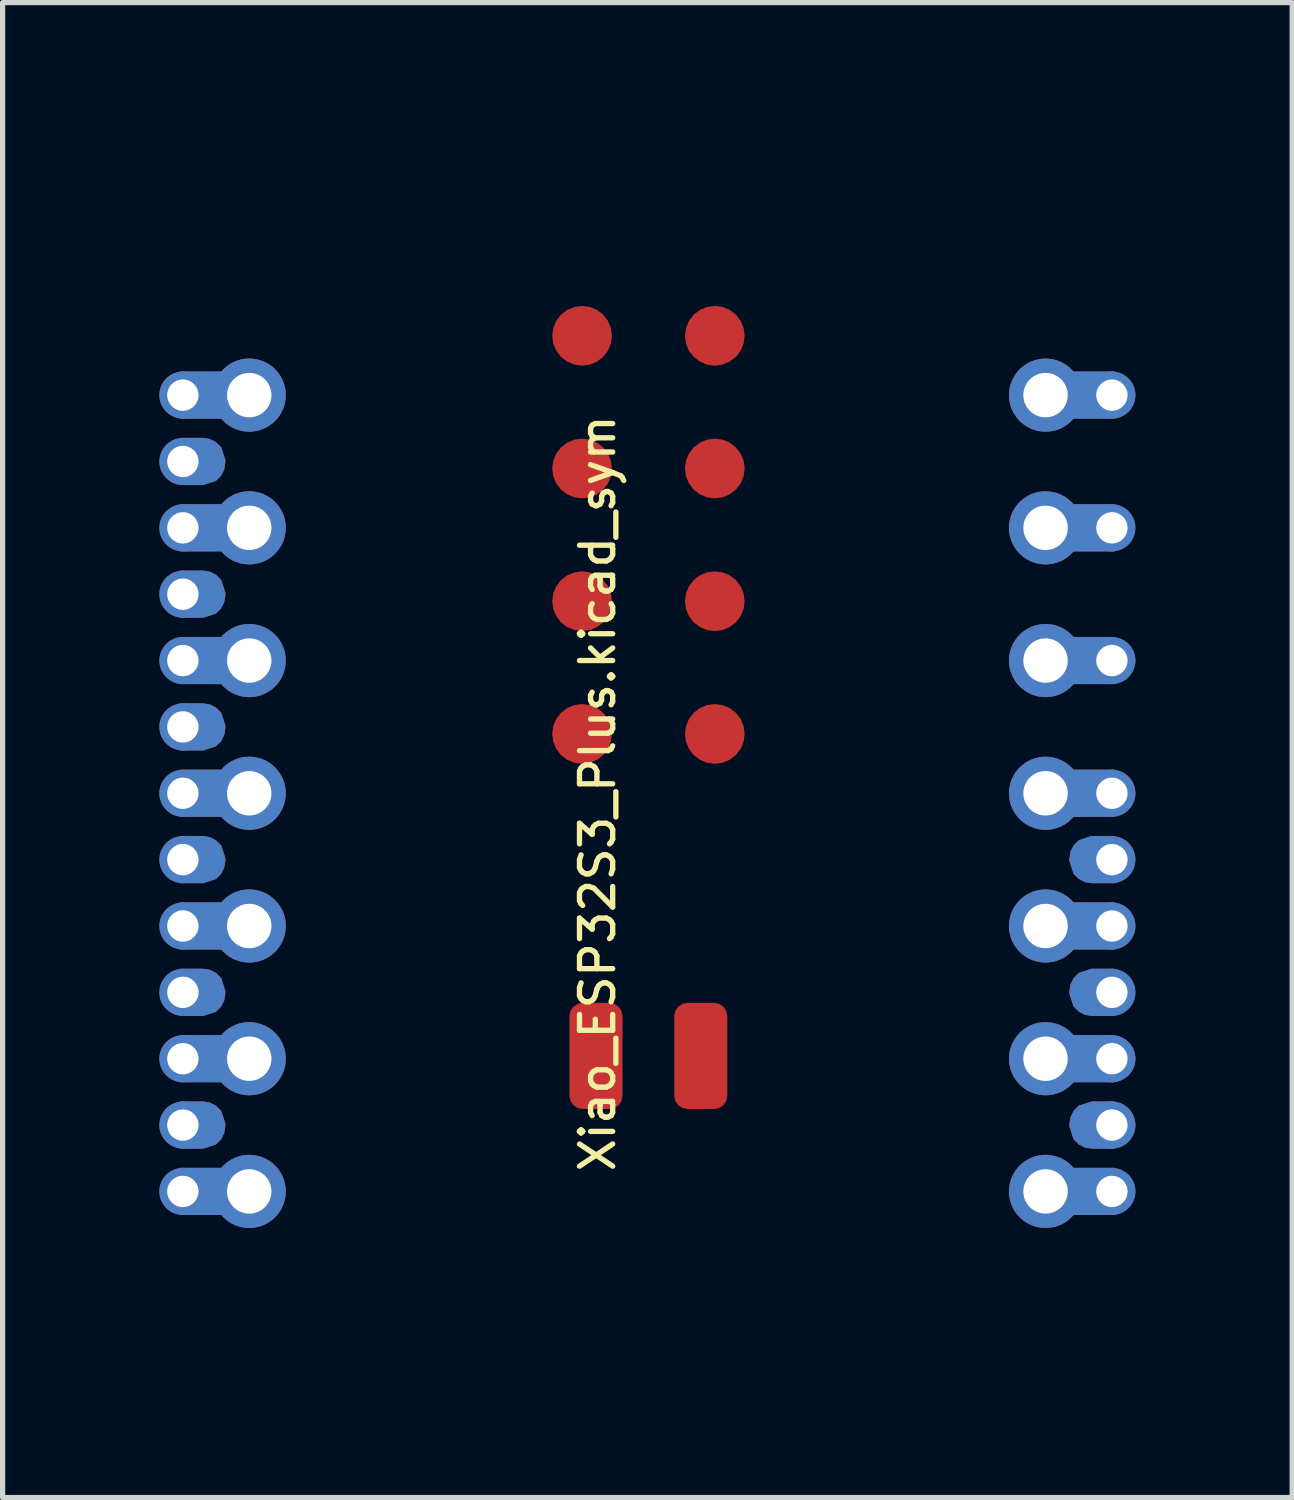
<source format=kicad_pcb>
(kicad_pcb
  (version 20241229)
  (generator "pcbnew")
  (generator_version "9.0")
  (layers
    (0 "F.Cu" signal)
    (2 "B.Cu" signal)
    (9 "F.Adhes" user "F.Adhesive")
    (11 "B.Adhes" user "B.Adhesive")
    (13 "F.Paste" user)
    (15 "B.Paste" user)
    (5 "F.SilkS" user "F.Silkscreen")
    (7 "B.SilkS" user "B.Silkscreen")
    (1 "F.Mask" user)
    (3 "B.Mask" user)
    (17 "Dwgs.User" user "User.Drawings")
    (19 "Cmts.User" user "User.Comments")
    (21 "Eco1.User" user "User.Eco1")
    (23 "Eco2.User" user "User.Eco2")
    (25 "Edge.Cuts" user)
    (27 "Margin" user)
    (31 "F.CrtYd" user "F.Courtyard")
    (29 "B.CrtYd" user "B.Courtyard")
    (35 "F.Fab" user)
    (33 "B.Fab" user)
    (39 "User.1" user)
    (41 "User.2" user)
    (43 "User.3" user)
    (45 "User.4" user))
  (footprint "Xiao_ESP32S3_Plus.kicad_sym"
    (layer "F.Cu")
    (at 9.34 11.618)
    (property "Reference" "Xiao_ESP32S3_Plus.kicad_sym" (at -0.953 0.514 90) (unlocked yes) (layer "F.SilkS") (effects (font (size 0.635 0.635) (thickness 0.102))))
    (attr smd)
    (fp_rect (start -8.941 -7.558) (end -8.077 -6.655) (stroke (width 0) (type default)) (fill yes) (layer "F.Cu"))
    (fp_rect (start -8.941 -5.018) (end -8.077 -4.115) (stroke (width 0) (type default)) (fill yes) (layer "F.Cu"))
    (fp_rect (start -8.941 -2.478) (end -8.077 -1.575) (stroke (width 0) (type default)) (fill yes) (layer "F.Cu"))
    (fp_rect (start -8.941 0.062) (end -8.077 0.965) (stroke (width 0) (type default)) (fill yes) (layer "F.Cu"))
    (fp_rect (start -8.941 2.602) (end -8.077 3.505) (stroke (width 0) (type default)) (fill yes) (layer "F.Cu"))
    (fp_rect (start -8.941 5.142) (end -8.077 6.045) (stroke (width 0) (type default)) (fill yes) (layer "F.Cu"))
    (fp_rect (start -8.941 7.682) (end -8.077 8.585) (stroke (width 0) (type default)) (fill yes) (layer "F.Cu"))
    (fp_rect (start 8.077 -7.558) (end 8.941 -6.655) (stroke (width 0) (type default)) (fill yes) (layer "F.Cu"))
    (fp_rect (start 8.077 -5.018) (end 8.941 -4.115) (stroke (width 0) (type default)) (fill yes) (layer "F.Cu"))
    (fp_rect (start 8.077 -2.478) (end 8.941 -1.575) (stroke (width 0) (type default)) (fill yes) (layer "F.Cu"))
    (fp_rect (start 8.077 0.062) (end 8.941 0.965) (stroke (width 0) (type default)) (fill yes) (layer "F.Cu"))
    (fp_rect (start 8.077 2.602) (end 8.941 3.505) (stroke (width 0) (type default)) (fill yes) (layer "F.Cu"))
    (fp_rect (start 8.077 5.142) (end 8.941 6.045) (stroke (width 0) (type default)) (fill yes) (layer "F.Cu"))
    (fp_rect (start 8.077 7.682) (end 8.941 8.585) (stroke (width 0) (type default)) (fill yes) (layer "F.Cu"))
    (fp_poly (pts (xy -8.375 -6.268) (xy -8.255 -6.206) (xy -8.156 -6.108) (xy -8.077 -5.864) (xy -8.077 -5.812) (xy -8.098 -5.683) (xy -8.159 -5.562) (xy -8.258 -5.464) (xy -8.501 -5.385) (xy -8.941 -5.385) (xy -8.941 -6.288) (xy -8.505 -6.288)) (stroke (width 0) (type default)) (fill yes) (layer "F.Cu"))
    (fp_poly (pts (xy -8.375 -3.728) (xy -8.255 -3.666) (xy -8.156 -3.568) (xy -8.077 -3.324) (xy -8.077 -3.272) (xy -8.098 -3.143) (xy -8.159 -3.022) (xy -8.258 -2.924) (xy -8.501 -2.845) (xy -8.941 -2.845) (xy -8.941 -3.748) (xy -8.505 -3.748)) (stroke (width 0) (type default)) (fill yes) (layer "F.Cu"))
    (fp_poly (pts (xy -8.375 -1.188) (xy -8.255 -1.126) (xy -8.156 -1.028) (xy -8.077 -0.784) (xy -8.077 -0.732) (xy -8.098 -0.603) (xy -8.159 -0.482) (xy -8.258 -0.384) (xy -8.501 -0.305) (xy -8.941 -0.305) (xy -8.941 -1.208) (xy -8.505 -1.208)) (stroke (width 0) (type default)) (fill yes) (layer "F.Cu"))
    (fp_poly (pts (xy -8.375 1.352) (xy -8.255 1.414) (xy -8.156 1.512) (xy -8.077 1.756) (xy -8.077 1.808) (xy -8.098 1.937) (xy -8.159 2.058) (xy -8.258 2.156) (xy -8.501 2.235) (xy -8.941 2.235) (xy -8.941 1.332) (xy -8.505 1.332)) (stroke (width 0) (type default)) (fill yes) (layer "F.Cu"))
    (fp_poly (pts (xy -8.375 3.892) (xy -8.255 3.954) (xy -8.156 4.052) (xy -8.077 4.296) (xy -8.077 4.348) (xy -8.098 4.477) (xy -8.159 4.598) (xy -8.258 4.696) (xy -8.501 4.775) (xy -8.941 4.775) (xy -8.941 3.872) (xy -8.505 3.872)) (stroke (width 0) (type default)) (fill yes) (layer "F.Cu"))
    (fp_poly (pts (xy -8.375 6.432) (xy -8.255 6.494) (xy -8.156 6.592) (xy -8.077 6.836) (xy -8.077 6.888) (xy -8.098 7.017) (xy -8.159 7.138) (xy -8.258 7.236) (xy -8.501 7.315) (xy -8.941 7.315) (xy -8.941 6.412) (xy -8.505 6.412)) (stroke (width 0) (type default)) (fill yes) (layer "F.Cu"))
    (fp_poly (pts (xy 8.375 2.215) (xy 8.255 2.153) (xy 8.156 2.055) (xy 8.077 1.812) (xy 8.077 1.76) (xy 8.098 1.63) (xy 8.159 1.509) (xy 8.258 1.411) (xy 8.501 1.332) (xy 8.941 1.332) (xy 8.941 2.235) (xy 8.505 2.235)) (stroke (width 0) (type default)) (fill yes) (layer "F.Cu"))
    (fp_poly (pts (xy 8.375 4.755) (xy 8.255 4.693) (xy 8.156 4.595) (xy 8.077 4.352) (xy 8.077 4.3) (xy 8.098 4.17) (xy 8.159 4.049) (xy 8.258 3.951) (xy 8.501 3.872) (xy 8.941 3.872) (xy 8.941 4.775) (xy 8.505 4.775)) (stroke (width 0) (type default)) (fill yes) (layer "F.Cu"))
    (fp_poly (pts (xy 8.375 7.295) (xy 8.255 7.233) (xy 8.156 7.135) (xy 8.077 6.892) (xy 8.077 6.84) (xy 8.098 6.71) (xy 8.159 6.589) (xy 8.258 6.491) (xy 8.501 6.412) (xy 8.941 6.412) (xy 8.941 7.315) (xy 8.505 7.315)) (stroke (width 0) (type default)) (fill yes) (layer "F.Cu"))
    (fp_rect (start -8.941 -7.558) (end -8.077 -6.655) (stroke (width 0) (type default)) (fill yes) (layer "F.Mask"))
    (fp_rect (start -8.941 -5.018) (end -8.077 -4.115) (stroke (width 0) (type default)) (fill yes) (layer "F.Mask"))
    (fp_rect (start -8.941 -2.478) (end -8.077 -1.575) (stroke (width 0) (type default)) (fill yes) (layer "F.Mask"))
    (fp_rect (start -8.941 0.062) (end -8.077 0.965) (stroke (width 0) (type default)) (fill yes) (layer "F.Mask"))
    (fp_rect (start -8.941 2.602) (end -8.077 3.505) (stroke (width 0) (type default)) (fill yes) (layer "F.Mask"))
    (fp_rect (start -8.941 5.142) (end -8.077 6.045) (stroke (width 0) (type default)) (fill yes) (layer "F.Mask"))
    (fp_rect (start -8.941 7.682) (end -8.077 8.585) (stroke (width 0) (type default)) (fill yes) (layer "F.Mask"))
    (fp_rect (start 8.077 -7.558) (end 8.941 -6.655) (stroke (width 0) (type default)) (fill yes) (layer "F.Mask"))
    (fp_rect (start 8.077 -5.018) (end 8.941 -4.115) (stroke (width 0) (type default)) (fill yes) (layer "F.Mask"))
    (fp_rect (start 8.077 -2.478) (end 8.941 -1.575) (stroke (width 0) (type default)) (fill yes) (layer "F.Mask"))
    (fp_rect (start 8.077 0.062) (end 8.941 0.965) (stroke (width 0) (type default)) (fill yes) (layer "F.Mask"))
    (fp_rect (start 8.077 2.602) (end 8.941 3.505) (stroke (width 0) (type default)) (fill yes) (layer "F.Mask"))
    (fp_rect (start 8.077 5.142) (end 8.941 6.045) (stroke (width 0) (type default)) (fill yes) (layer "F.Mask"))
    (fp_rect (start 8.077 7.682) (end 8.941 8.585) (stroke (width 0) (type default)) (fill yes) (layer "F.Mask"))
    (fp_poly (pts (xy -8.375 -6.268) (xy -8.255 -6.206) (xy -8.156 -6.108) (xy -8.077 -5.864) (xy -8.077 -5.812) (xy -8.098 -5.683) (xy -8.159 -5.562) (xy -8.258 -5.464) (xy -8.501 -5.385) (xy -8.941 -5.385) (xy -8.941 -6.288) (xy -8.505 -6.288)) (stroke (width 0) (type default)) (fill yes) (layer "F.Mask"))
    (fp_poly (pts (xy -8.375 -3.728) (xy -8.255 -3.666) (xy -8.156 -3.568) (xy -8.077 -3.324) (xy -8.077 -3.272) (xy -8.098 -3.143) (xy -8.159 -3.022) (xy -8.258 -2.924) (xy -8.501 -2.845) (xy -8.941 -2.845) (xy -8.941 -3.748) (xy -8.505 -3.748)) (stroke (width 0) (type default)) (fill yes) (layer "F.Mask"))
    (fp_poly (pts (xy -8.375 -1.188) (xy -8.255 -1.126) (xy -8.156 -1.028) (xy -8.077 -0.784) (xy -8.077 -0.732) (xy -8.098 -0.603) (xy -8.159 -0.482) (xy -8.258 -0.384) (xy -8.501 -0.305) (xy -8.941 -0.305) (xy -8.941 -1.208) (xy -8.505 -1.208)) (stroke (width 0) (type default)) (fill yes) (layer "F.Mask"))
    (fp_poly (pts (xy -8.375 1.352) (xy -8.255 1.414) (xy -8.156 1.512) (xy -8.077 1.756) (xy -8.077 1.808) (xy -8.098 1.937) (xy -8.159 2.058) (xy -8.258 2.156) (xy -8.501 2.235) (xy -8.941 2.235) (xy -8.941 1.332) (xy -8.505 1.332)) (stroke (width 0) (type default)) (fill yes) (layer "F.Mask"))
    (fp_poly (pts (xy -8.375 3.892) (xy -8.255 3.954) (xy -8.156 4.052) (xy -8.077 4.296) (xy -8.077 4.348) (xy -8.098 4.477) (xy -8.159 4.598) (xy -8.258 4.696) (xy -8.501 4.775) (xy -8.941 4.775) (xy -8.941 3.872) (xy -8.505 3.872)) (stroke (width 0) (type default)) (fill yes) (layer "F.Mask"))
    (fp_poly (pts (xy -8.375 6.432) (xy -8.255 6.494) (xy -8.156 6.592) (xy -8.077 6.836) (xy -8.077 6.888) (xy -8.098 7.017) (xy -8.159 7.138) (xy -8.258 7.236) (xy -8.501 7.315) (xy -8.941 7.315) (xy -8.941 6.412) (xy -8.505 6.412)) (stroke (width 0) (type default)) (fill yes) (layer "F.Mask"))
    (fp_poly (pts (xy 8.375 2.215) (xy 8.255 2.153) (xy 8.156 2.055) (xy 8.077 1.812) (xy 8.077 1.76) (xy 8.098 1.63) (xy 8.159 1.509) (xy 8.258 1.411) (xy 8.501 1.332) (xy 8.941 1.332) (xy 8.941 2.235) (xy 8.505 2.235)) (stroke (width 0) (type default)) (fill yes) (layer "F.Mask"))
    (fp_poly (pts (xy 8.375 4.755) (xy 8.255 4.693) (xy 8.156 4.595) (xy 8.077 4.352) (xy 8.077 4.3) (xy 8.098 4.17) (xy 8.159 4.049) (xy 8.258 3.951) (xy 8.501 3.872) (xy 8.941 3.872) (xy 8.941 4.775) (xy 8.505 4.775)) (stroke (width 0) (type default)) (fill yes) (layer "F.Mask"))
    (fp_poly (pts (xy 8.375 7.295) (xy 8.255 7.233) (xy 8.156 7.135) (xy 8.077 6.892) (xy 8.077 6.84) (xy 8.098 6.71) (xy 8.159 6.589) (xy 8.258 6.491) (xy 8.501 6.412) (xy 8.941 6.412) (xy 8.941 7.315) (xy 8.505 7.315)) (stroke (width 0) (type default)) (fill yes) (layer "F.Mask"))
    (fp_rect (start -8.941 -7.558) (end -8.077 -6.655) (stroke (width 0) (type default)) (fill yes) (layer "B.Cu"))
    (fp_rect (start -8.941 -5.018) (end -8.077 -4.115) (stroke (width 0) (type default)) (fill yes) (layer "B.Cu"))
    (fp_rect (start -8.941 -2.478) (end -8.077 -1.575) (stroke (width 0) (type default)) (fill yes) (layer "B.Cu"))
    (fp_rect (start -8.941 0.062) (end -8.077 0.965) (stroke (width 0) (type default)) (fill yes) (layer "B.Cu"))
    (fp_rect (start -8.941 2.602) (end -8.077 3.505) (stroke (width 0) (type default)) (fill yes) (layer "B.Cu"))
    (fp_rect (start -8.941 5.142) (end -8.077 6.045) (stroke (width 0) (type default)) (fill yes) (layer "B.Cu"))
    (fp_rect (start -8.941 7.682) (end -8.077 8.585) (stroke (width 0) (type default)) (fill yes) (layer "B.Cu"))
    (fp_rect (start 8.077 -7.558) (end 8.941 -6.655) (stroke (width 0) (type default)) (fill yes) (layer "B.Cu"))
    (fp_rect (start 8.077 -5.018) (end 8.941 -4.115) (stroke (width 0) (type default)) (fill yes) (layer "B.Cu"))
    (fp_rect (start 8.077 -2.478) (end 8.941 -1.575) (stroke (width 0) (type default)) (fill yes) (layer "B.Cu"))
    (fp_rect (start 8.077 0.062) (end 8.941 0.965) (stroke (width 0) (type default)) (fill yes) (layer "B.Cu"))
    (fp_rect (start 8.077 2.602) (end 8.941 3.505) (stroke (width 0) (type default)) (fill yes) (layer "B.Cu"))
    (fp_rect (start 8.077 5.142) (end 8.941 6.045) (stroke (width 0) (type default)) (fill yes) (layer "B.Cu"))
    (fp_rect (start 8.077 7.682) (end 8.941 8.585) (stroke (width 0) (type default)) (fill yes) (layer "B.Cu"))
    (fp_poly (pts (xy -8.375 -6.268) (xy -8.255 -6.206) (xy -8.156 -6.108) (xy -8.077 -5.864) (xy -8.077 -5.812) (xy -8.098 -5.683) (xy -8.159 -5.562) (xy -8.258 -5.464) (xy -8.501 -5.385) (xy -8.941 -5.385) (xy -8.941 -6.288) (xy -8.505 -6.288)) (stroke (width 0) (type default)) (fill yes) (layer "B.Cu"))
    (fp_poly (pts (xy -8.375 -3.728) (xy -8.255 -3.666) (xy -8.156 -3.568) (xy -8.077 -3.324) (xy -8.077 -3.272) (xy -8.098 -3.143) (xy -8.159 -3.022) (xy -8.258 -2.924) (xy -8.501 -2.845) (xy -8.941 -2.845) (xy -8.941 -3.748) (xy -8.505 -3.748)) (stroke (width 0) (type default)) (fill yes) (layer "B.Cu"))
    (fp_poly (pts (xy -8.375 -1.188) (xy -8.255 -1.126) (xy -8.156 -1.028) (xy -8.077 -0.784) (xy -8.077 -0.732) (xy -8.098 -0.603) (xy -8.159 -0.482) (xy -8.258 -0.384) (xy -8.501 -0.305) (xy -8.941 -0.305) (xy -8.941 -1.208) (xy -8.505 -1.208)) (stroke (width 0) (type default)) (fill yes) (layer "B.Cu"))
    (fp_poly (pts (xy -8.375 1.352) (xy -8.255 1.414) (xy -8.156 1.512) (xy -8.077 1.756) (xy -8.077 1.808) (xy -8.098 1.937) (xy -8.159 2.058) (xy -8.258 2.156) (xy -8.501 2.235) (xy -8.941 2.235) (xy -8.941 1.332) (xy -8.505 1.332)) (stroke (width 0) (type default)) (fill yes) (layer "B.Cu"))
    (fp_poly (pts (xy -8.375 3.892) (xy -8.255 3.954) (xy -8.156 4.052) (xy -8.077 4.296) (xy -8.077 4.348) (xy -8.098 4.477) (xy -8.159 4.598) (xy -8.258 4.696) (xy -8.501 4.775) (xy -8.941 4.775) (xy -8.941 3.872) (xy -8.505 3.872)) (stroke (width 0) (type default)) (fill yes) (layer "B.Cu"))
    (fp_poly (pts (xy -8.375 6.432) (xy -8.255 6.494) (xy -8.156 6.592) (xy -8.077 6.836) (xy -8.077 6.888) (xy -8.098 7.017) (xy -8.159 7.138) (xy -8.258 7.236) (xy -8.501 7.315) (xy -8.941 7.315) (xy -8.941 6.412) (xy -8.505 6.412)) (stroke (width 0) (type default)) (fill yes) (layer "B.Cu"))
    (fp_poly (pts (xy 8.375 2.215) (xy 8.255 2.153) (xy 8.156 2.055) (xy 8.077 1.812) (xy 8.077 1.76) (xy 8.098 1.63) (xy 8.159 1.509) (xy 8.258 1.411) (xy 8.501 1.332) (xy 8.941 1.332) (xy 8.941 2.235) (xy 8.505 2.235)) (stroke (width 0) (type default)) (fill yes) (layer "B.Cu"))
    (fp_poly (pts (xy 8.375 4.755) (xy 8.255 4.693) (xy 8.156 4.595) (xy 8.077 4.352) (xy 8.077 4.3) (xy 8.098 4.17) (xy 8.159 4.049) (xy 8.258 3.951) (xy 8.501 3.872) (xy 8.941 3.872) (xy 8.941 4.775) (xy 8.505 4.775)) (stroke (width 0) (type default)) (fill yes) (layer "B.Cu"))
    (fp_poly (pts (xy 8.375 7.295) (xy 8.255 7.233) (xy 8.156 7.135) (xy 8.077 6.892) (xy 8.077 6.84) (xy 8.098 6.71) (xy 8.159 6.589) (xy 8.258 6.491) (xy 8.501 6.412) (xy 8.941 6.412) (xy 8.941 7.315) (xy 8.505 7.315)) (stroke (width 0) (type default)) (fill yes) (layer "B.Cu"))
    (fp_rect (start -8.941 -7.558) (end -8.077 -6.655) (stroke (width 0) (type default)) (fill yes) (layer "B.Mask"))
    (fp_rect (start -8.941 -5.018) (end -8.077 -4.115) (stroke (width 0) (type default)) (fill yes) (layer "B.Mask"))
    (fp_rect (start -8.941 -2.478) (end -8.077 -1.575) (stroke (width 0) (type default)) (fill yes) (layer "B.Mask"))
    (fp_rect (start -8.941 0.062) (end -8.077 0.965) (stroke (width 0) (type default)) (fill yes) (layer "B.Mask"))
    (fp_rect (start -8.941 2.602) (end -8.077 3.505) (stroke (width 0) (type default)) (fill yes) (layer "B.Mask"))
    (fp_rect (start -8.941 5.142) (end -8.077 6.045) (stroke (width 0) (type default)) (fill yes) (layer "B.Mask"))
    (fp_rect (start -8.941 7.682) (end -8.077 8.585) (stroke (width 0) (type default)) (fill yes) (layer "B.Mask"))
    (fp_rect (start 8.077 -7.558) (end 8.941 -6.655) (stroke (width 0) (type default)) (fill yes) (layer "B.Mask"))
    (fp_rect (start 8.077 -5.018) (end 8.941 -4.115) (stroke (width 0) (type default)) (fill yes) (layer "B.Mask"))
    (fp_rect (start 8.077 -2.478) (end 8.941 -1.575) (stroke (width 0) (type default)) (fill yes) (layer "B.Mask"))
    (fp_rect (start 8.077 0.062) (end 8.941 0.965) (stroke (width 0) (type default)) (fill yes) (layer "B.Mask"))
    (fp_rect (start 8.077 2.602) (end 8.941 3.505) (stroke (width 0) (type default)) (fill yes) (layer "B.Mask"))
    (fp_rect (start 8.077 5.142) (end 8.941 6.045) (stroke (width 0) (type default)) (fill yes) (layer "B.Mask"))
    (fp_rect (start 8.077 7.682) (end 8.941 8.585) (stroke (width 0) (type default)) (fill yes) (layer "B.Mask"))
    (fp_poly (pts (xy -8.375 -6.268) (xy -8.255 -6.206) (xy -8.156 -6.108) (xy -8.077 -5.864) (xy -8.077 -5.812) (xy -8.098 -5.683) (xy -8.159 -5.562) (xy -8.258 -5.464) (xy -8.501 -5.385) (xy -8.941 -5.385) (xy -8.941 -6.288) (xy -8.505 -6.288)) (stroke (width 0) (type default)) (fill yes) (layer "B.Mask"))
    (fp_poly (pts (xy -8.375 -3.728) (xy -8.255 -3.666) (xy -8.156 -3.568) (xy -8.077 -3.324) (xy -8.077 -3.272) (xy -8.098 -3.143) (xy -8.159 -3.022) (xy -8.258 -2.924) (xy -8.501 -2.845) (xy -8.941 -2.845) (xy -8.941 -3.748) (xy -8.505 -3.748)) (stroke (width 0) (type default)) (fill yes) (layer "B.Mask"))
    (fp_poly (pts (xy -8.375 -1.188) (xy -8.255 -1.126) (xy -8.156 -1.028) (xy -8.077 -0.784) (xy -8.077 -0.732) (xy -8.098 -0.603) (xy -8.159 -0.482) (xy -8.258 -0.384) (xy -8.501 -0.305) (xy -8.941 -0.305) (xy -8.941 -1.208) (xy -8.505 -1.208)) (stroke (width 0) (type default)) (fill yes) (layer "B.Mask"))
    (fp_poly (pts (xy -8.375 1.352) (xy -8.255 1.414) (xy -8.156 1.512) (xy -8.077 1.756) (xy -8.077 1.808) (xy -8.098 1.937) (xy -8.159 2.058) (xy -8.258 2.156) (xy -8.501 2.235) (xy -8.941 2.235) (xy -8.941 1.332) (xy -8.505 1.332)) (stroke (width 0) (type default)) (fill yes) (layer "B.Mask"))
    (fp_poly (pts (xy -8.375 3.892) (xy -8.255 3.954) (xy -8.156 4.052) (xy -8.077 4.296) (xy -8.077 4.348) (xy -8.098 4.477) (xy -8.159 4.598) (xy -8.258 4.696) (xy -8.501 4.775) (xy -8.941 4.775) (xy -8.941 3.872) (xy -8.505 3.872)) (stroke (width 0) (type default)) (fill yes) (layer "B.Mask"))
    (fp_poly (pts (xy -8.375 6.432) (xy -8.255 6.494) (xy -8.156 6.592) (xy -8.077 6.836) (xy -8.077 6.888) (xy -8.098 7.017) (xy -8.159 7.138) (xy -8.258 7.236) (xy -8.501 7.315) (xy -8.941 7.315) (xy -8.941 6.412) (xy -8.505 6.412)) (stroke (width 0) (type default)) (fill yes) (layer "B.Mask"))
    (fp_poly (pts (xy 8.375 2.215) (xy 8.255 2.153) (xy 8.156 2.055) (xy 8.077 1.812) (xy 8.077 1.76) (xy 8.098 1.63) (xy 8.159 1.509) (xy 8.258 1.411) (xy 8.501 1.332) (xy 8.941 1.332) (xy 8.941 2.235) (xy 8.505 2.235)) (stroke (width 0) (type default)) (fill yes) (layer "B.Mask"))
    (fp_poly (pts (xy 8.375 4.755) (xy 8.255 4.693) (xy 8.156 4.595) (xy 8.077 4.352) (xy 8.077 4.3) (xy 8.098 4.17) (xy 8.159 4.049) (xy 8.258 3.951) (xy 8.501 3.872) (xy 8.941 3.872) (xy 8.941 4.775) (xy 8.505 4.775)) (stroke (width 0) (type default)) (fill yes) (layer "B.Mask"))
    (fp_poly (pts (xy 8.375 7.295) (xy 8.255 7.233) (xy 8.156 7.135) (xy 8.077 6.892) (xy 8.077 6.84) (xy 8.098 6.71) (xy 8.159 6.589) (xy 8.258 6.491) (xy 8.501 6.412) (xy 8.941 6.412) (xy 8.941 7.315) (xy 8.505 7.315)) (stroke (width 0) (type default)) (fill yes) (layer "B.Mask"))
    (fp_line (start -8.87 9.083) (end -8.87 -8.242) (stroke (width 0.01) (type solid)) (layer "User.1"))
    (fp_line (start -6.965 10.988) (end 7.005 10.988) (stroke (width 0.01) (type solid)) (layer "User.1"))
    (fp_line (start -4.485 -11.568) (end 4.516 -11.568) (stroke (width 0.1) (type default)) (layer "User.1"))
    (fp_line (start -4.485 -10.066) (end -4.485 -11.568) (stroke (width 0.1) (type default)) (layer "User.1"))
    (fp_line (start 4.516 -11.568) (end 4.516 -10.056) (stroke (width 0.1) (type default)) (layer "User.1"))
    (fp_line (start 4.516 -10.056) (end -4.485 -10.056) (stroke (width 0.1) (type default)) (layer "User.1"))
    (fp_line (start 7.005 -10.147) (end -6.965 -10.147) (stroke (width 0.01) (type solid)) (layer "User.1"))
    (fp_line (start 8.91 9.083) (end 8.91 -8.242) (stroke (width 0.01) (type solid)) (layer "User.1"))
    (fp_rect (start -3.81 -11.551) (end 3.81 -5.201) (stroke (width 0.076) (type default)) (fill no) (layer "User.1"))
    (fp_arc (start -8.87 -8.242383) (mid -8.312038 -9.589421) (end -6.965 -10.147383) (stroke (width 0.01) (type solid)) (layer "User.1"))
    (fp_arc (start -6.965 10.987617) (mid -8.312038 10.429655) (end -8.87 9.082617) (stroke (width 0.01) (type solid)) (layer "User.1"))
    (fp_arc (start 7.005 -10.147383) (mid 8.352038 -9.589421) (end 8.91 -8.242383) (stroke (width 0.01) (type solid)) (layer "User.1"))
    (fp_arc (start 8.91 9.082617) (mid 8.352038 10.429655) (end 7.005 10.987617) (stroke (width 0.01) (type solid)) (layer "User.1"))
    (pad "1" thru_hole circle (at -8.89 -7.106 270) (size 0.9 0.9) (drill 0.6) (layers "*.Cu" "*.Mask"))
    (pad "1" thru_hole circle (at -7.62 -7.106) (size 1.4 1.4) (drill 0.85) (layers "*.Cu" "*.Mask"))
    (pad "2" thru_hole circle (at -8.89 -4.566 270) (size 0.9 0.9) (drill 0.6) (layers "*.Cu" "*.Mask"))
    (pad "2" thru_hole circle (at -7.62 -4.566) (size 1.4 1.4) (drill 0.85) (layers "*.Cu" "*.Mask"))
    (pad "3" thru_hole circle (at -8.89 -2.026 270) (size 0.9 0.9) (drill 0.6) (layers "*.Cu" "*.Mask"))
    (pad "3" thru_hole circle (at -7.62 -2.026) (size 1.4 1.4) (drill 0.85) (layers "*.Cu" "*.Mask"))
    (pad "4" thru_hole circle (at -8.89 0.514 270) (size 0.9 0.9) (drill 0.6) (layers "*.Cu" "*.Mask"))
    (pad "4" thru_hole circle (at -7.62 0.514) (size 1.4 1.4) (drill 0.85) (layers "*.Cu" "*.Mask"))
    (pad "5" thru_hole circle (at -8.89 3.054 270) (size 0.9 0.9) (drill 0.6) (layers "*.Cu" "*.Mask"))
    (pad "5" thru_hole circle (at -7.62 3.054) (size 1.4 1.4) (drill 0.85) (layers "*.Cu" "*.Mask"))
    (pad "6" thru_hole circle (at -8.89 5.594 270) (size 0.9 0.9) (drill 0.6) (layers "*.Cu" "*.Mask"))
    (pad "6" thru_hole circle (at -7.62 5.594) (size 1.4 1.4) (drill 0.85) (layers "*.Cu" "*.Mask"))
    (pad "7" thru_hole circle (at -8.89 8.134 270) (size 0.9 0.9) (drill 0.6) (layers "*.Cu" "*.Mask"))
    (pad "7" thru_hole circle (at -7.62 8.134) (size 1.4 1.4) (drill 0.85) (layers "*.Cu" "*.Mask"))
    (pad "8" thru_hole circle (at 7.62 8.134 180) (size 1.4 1.4) (drill 0.85) (layers "*.Cu" "*.Mask"))
    (pad "8" thru_hole circle (at 8.89 8.134 90) (size 0.9 0.9) (drill 0.6) (layers "*.Cu" "*.Mask"))
    (pad "9" thru_hole circle (at 7.62 5.594 180) (size 1.4 1.4) (drill 0.85) (layers "*.Cu" "*.Mask"))
    (pad "9" thru_hole circle (at 8.89 5.594 90) (size 0.9 0.9) (drill 0.6) (layers "*.Cu" "*.Mask"))
    (pad "10" thru_hole circle (at 7.62 3.054 180) (size 1.4 1.4) (drill 0.85) (layers "*.Cu" "*.Mask"))
    (pad "10" thru_hole circle (at 8.89 3.054 90) (size 0.9 0.9) (drill 0.6) (layers "*.Cu" "*.Mask"))
    (pad "11" thru_hole circle (at 7.62 0.514 180) (size 1.4 1.4) (drill 0.85) (layers "*.Cu" "*.Mask"))
    (pad "11" thru_hole circle (at 8.89 0.514 90) (size 0.9 0.9) (drill 0.6) (layers "*.Cu" "*.Mask"))
    (pad "12" thru_hole circle (at 7.62 -2.026 180) (size 1.4 1.4) (drill 0.85) (layers "*.Cu" "*.Mask"))
    (pad "12" thru_hole circle (at 8.89 -2.026 90) (size 0.9 0.9) (drill 0.6) (layers "*.Cu" "*.Mask"))
    (pad "13" thru_hole circle (at 7.62 -4.566 180) (size 1.4 1.4) (drill 0.85) (layers "*.Cu" "*.Mask"))
    (pad "13" thru_hole circle (at 8.89 -4.566 90) (size 0.9 0.9) (drill 0.6) (layers "*.Cu" "*.Mask"))
    (pad "14" thru_hole circle (at 7.62 -7.106 180) (size 1.4 1.4) (drill 0.85) (layers "*.Cu" "*.Mask"))
    (pad "14" thru_hole circle (at 8.89 -7.106 90) (size 0.9 0.9) (drill 0.6) (layers "*.Cu" "*.Mask"))
    (pad "15" thru_hole circle (at -8.89 -5.836 270) (size 0.9 0.9) (drill 0.6) (layers "*.Cu" "*.Mask"))
    (pad "16" thru_hole circle (at -8.89 -3.296 270) (size 0.9 0.9) (drill 0.6) (layers "*.Cu" "*.Mask"))
    (pad "17" thru_hole circle (at -8.89 -0.756 270) (size 0.9 0.9) (drill 0.6) (layers "*.Cu" "*.Mask"))
    (pad "18" thru_hole circle (at -8.89 1.784 270) (size 0.9 0.9) (drill 0.6) (layers "*.Cu" "*.Mask"))
    (pad "19" thru_hole circle (at -8.89 4.324 270) (size 0.9 0.9) (drill 0.6) (layers "*.Cu" "*.Mask"))
    (pad "20" thru_hole circle (at -8.89 6.864 270) (size 0.9 0.9) (drill 0.6) (layers "*.Cu" "*.Mask"))
    (pad "21" thru_hole circle (at 8.89 6.864 90) (size 0.9 0.9) (drill 0.6) (layers "*.Cu" "*.Mask"))
    (pad "22" thru_hole circle (at 8.89 4.324 90) (size 0.9 0.9) (drill 0.6) (layers "*.Cu" "*.Mask"))
    (pad "23" thru_hole circle (at 8.89 1.784 90) (size 0.9 0.9) (drill 0.6) (layers "*.Cu" "*.Mask"))
    (pad "24" smd roundrect (at -0.984 5.541 270) (size 2.032 1.016) (layers "F.Cu" "F.Mask" "F.Paste") (roundrect_rratio 0.25))
    (pad "25" smd roundrect (at 1.022 5.541 270) (size 2.032 1.016) (layers "F.Cu" "F.Mask" "F.Paste") (roundrect_rratio 0.25))
    (pad "26" smd roundrect (at -1.25 -8.242 180) (size 1.143 1.143) (layers "F.Cu" "F.Mask") (roundrect_rratio 0.5))
    (pad "27" smd roundrect (at -1.25 -5.702 270) (size 1.143 1.143) (layers "F.Cu" "F.Mask") (roundrect_rratio 0.5))
    (pad "28" smd roundrect (at -1.25 -3.162 180) (size 1.143 1.143) (layers "F.Cu" "F.Mask") (roundrect_rratio 0.5))
    (pad "29" smd roundrect (at -1.25 -0.622 180) (size 1.143 1.143) (layers "F.Cu" "F.Mask") (roundrect_rratio 0.5))
    (pad "30" smd roundrect (at 1.29 -0.622 180) (size 1.143 1.143) (layers "F.Cu" "F.Mask") (roundrect_rratio 0.5))
    (pad "31" smd roundrect (at 1.29 -3.162 270) (size 1.143 1.143) (layers "F.Cu" "F.Mask") (roundrect_rratio 0.5))
    (pad "32" smd roundrect (at 1.29 -5.702 270) (size 1.143 1.143) (layers "F.Cu" "F.Mask") (roundrect_rratio 0.5))
    (pad "33" smd roundrect (at 1.29 -8.242 270) (size 1.143 1.143) (layers "F.Cu" "F.Mask") (roundrect_rratio 0.5)))
  (gr_rect
    (start -3 -3)
    (end 21.68 25.611)
    (stroke (width 0.1) (type default))
    (fill no)
    (layer "Edge.Cuts")))
</source>
